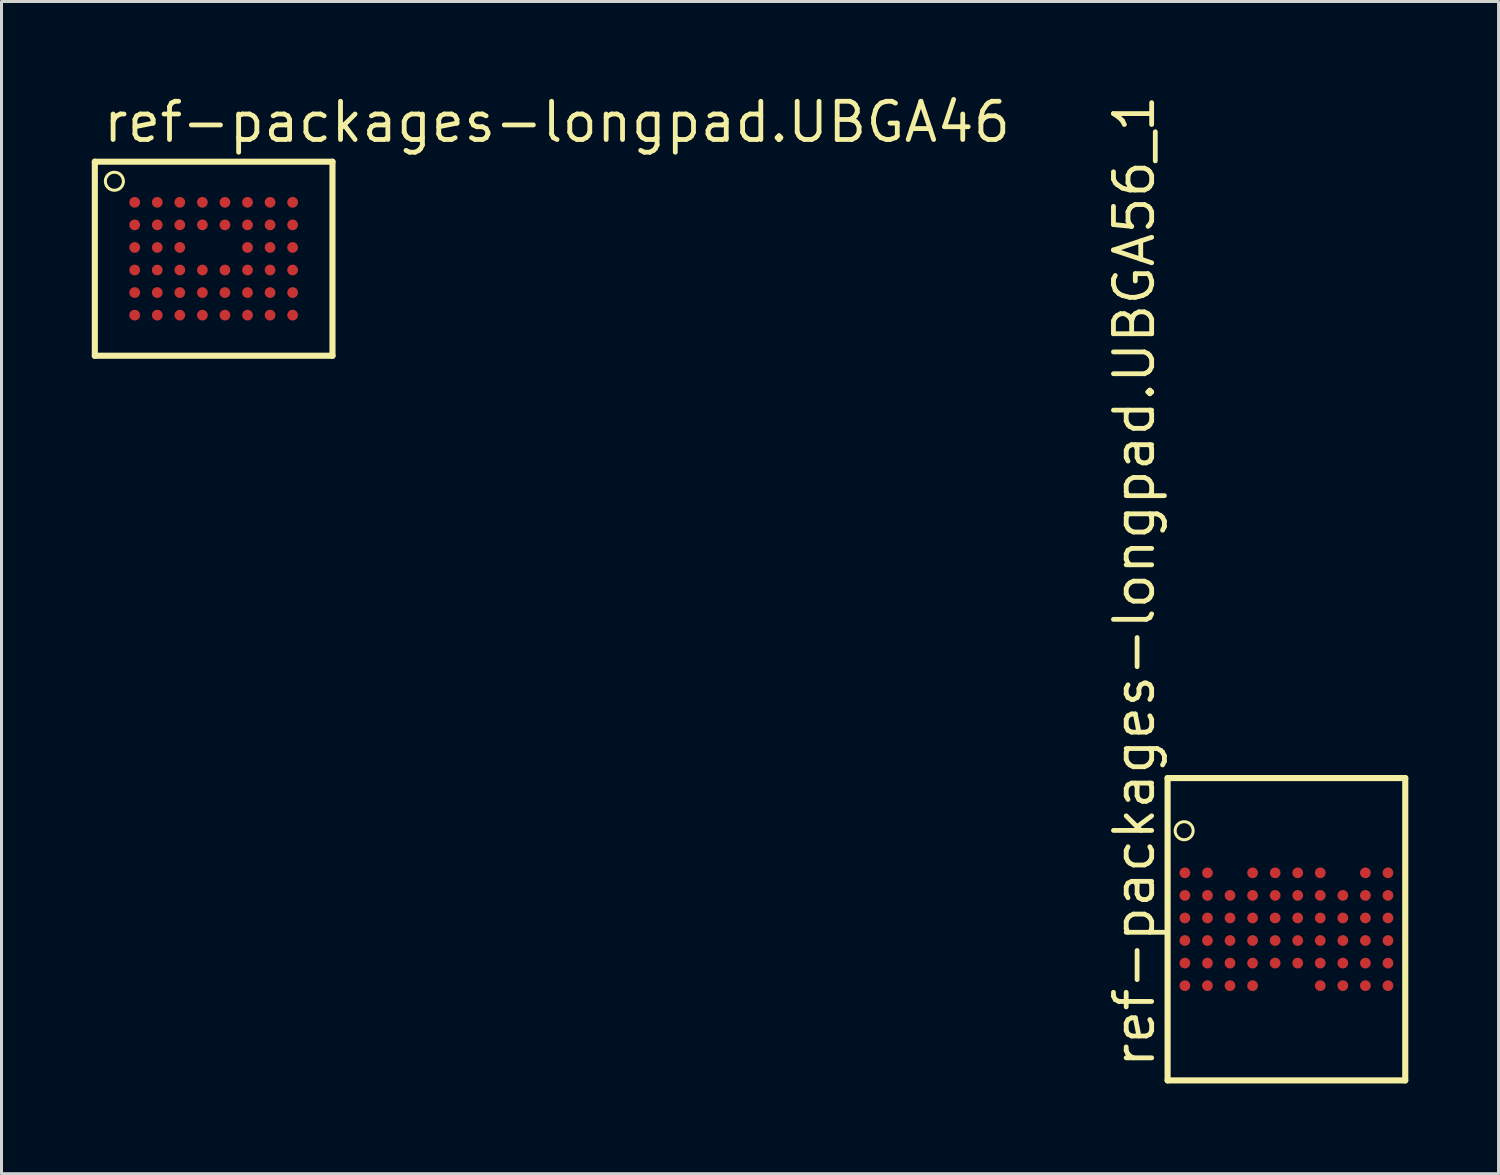
<source format=kicad_pcb>
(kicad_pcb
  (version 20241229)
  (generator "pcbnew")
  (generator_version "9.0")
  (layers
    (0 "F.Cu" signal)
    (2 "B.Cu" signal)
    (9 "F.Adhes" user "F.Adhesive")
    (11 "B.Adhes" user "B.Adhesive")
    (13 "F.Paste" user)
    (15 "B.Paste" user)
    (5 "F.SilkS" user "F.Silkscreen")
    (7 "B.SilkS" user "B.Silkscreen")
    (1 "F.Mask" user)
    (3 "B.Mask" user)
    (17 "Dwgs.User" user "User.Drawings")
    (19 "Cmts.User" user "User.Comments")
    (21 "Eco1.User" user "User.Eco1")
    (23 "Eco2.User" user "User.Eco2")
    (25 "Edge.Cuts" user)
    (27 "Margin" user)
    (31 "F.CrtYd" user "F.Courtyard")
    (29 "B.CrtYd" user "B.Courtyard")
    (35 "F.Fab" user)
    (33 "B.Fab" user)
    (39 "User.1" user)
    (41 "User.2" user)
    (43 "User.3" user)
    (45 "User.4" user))
  (footprint "ref-packages-longpad.UBGA46"
    (layer "F.Cu")
    (at 4.052 5.55)
    (property "Reference" "ref-packages-longpad.UBGA46" (at -3.75 -3.8 0) (layer "F.SilkS") (effects (font (size 1.27 1.27) (thickness 0.16)) (justify left bottom)))
    (attr smd)
    (fp_line (start -3.95 -3.225) (end -3.95 3.225) (stroke (width 0.203) (type default)) (layer "F.SilkS"))
    (fp_line (start -3.95 3.225) (end 3.95 3.225) (stroke (width 0.203) (type default)) (layer "F.SilkS"))
    (fp_line (start 3.95 -3.225) (end -3.95 -3.225) (stroke (width 0.203) (type default)) (layer "F.SilkS"))
    (fp_line (start 3.95 3.225) (end 3.95 -3.225) (stroke (width 0.203) (type default)) (layer "F.SilkS"))
    (fp_circle (center -3.3 -2.575) (end -3 -2.575) (stroke (width 0.1) (type default)) (fill no) (layer "F.SilkS"))
    (pad "A1" smd roundrect (at -2.625 -1.875) (size 0.36 0.36) (layers "F.Cu" "F.Mask" "F.Paste") (roundrect_rratio 0.5))
    (pad "A2" smd roundrect (at -1.875 -1.875) (size 0.36 0.36) (layers "F.Cu" "F.Mask" "F.Paste") (roundrect_rratio 0.5))
    (pad "A3" smd roundrect (at -1.125 -1.875) (size 0.36 0.36) (layers "F.Cu" "F.Mask" "F.Paste") (roundrect_rratio 0.5))
    (pad "A4" smd roundrect (at -0.375 -1.875) (size 0.36 0.36) (layers "F.Cu" "F.Mask" "F.Paste") (roundrect_rratio 0.5))
    (pad "A5" smd roundrect (at 0.375 -1.875) (size 0.36 0.36) (layers "F.Cu" "F.Mask" "F.Paste") (roundrect_rratio 0.5))
    (pad "A6" smd roundrect (at 1.125 -1.875) (size 0.36 0.36) (layers "F.Cu" "F.Mask" "F.Paste") (roundrect_rratio 0.5))
    (pad "A7" smd roundrect (at 1.875 -1.875) (size 0.36 0.36) (layers "F.Cu" "F.Mask" "F.Paste") (roundrect_rratio 0.5))
    (pad "A8" smd roundrect (at 2.625 -1.875) (size 0.36 0.36) (layers "F.Cu" "F.Mask" "F.Paste") (roundrect_rratio 0.5))
    (pad "B1" smd roundrect (at -2.625 -1.125) (size 0.36 0.36) (layers "F.Cu" "F.Mask" "F.Paste") (roundrect_rratio 0.5))
    (pad "B2" smd roundrect (at -1.875 -1.125) (size 0.36 0.36) (layers "F.Cu" "F.Mask" "F.Paste") (roundrect_rratio 0.5))
    (pad "B3" smd roundrect (at -1.125 -1.125) (size 0.36 0.36) (layers "F.Cu" "F.Mask" "F.Paste") (roundrect_rratio 0.5))
    (pad "B4" smd roundrect (at -0.375 -1.125) (size 0.36 0.36) (layers "F.Cu" "F.Mask" "F.Paste") (roundrect_rratio 0.5))
    (pad "B5" smd roundrect (at 0.375 -1.125) (size 0.36 0.36) (layers "F.Cu" "F.Mask" "F.Paste") (roundrect_rratio 0.5))
    (pad "B6" smd roundrect (at 1.125 -1.125) (size 0.36 0.36) (layers "F.Cu" "F.Mask" "F.Paste") (roundrect_rratio 0.5))
    (pad "B7" smd roundrect (at 1.875 -1.125) (size 0.36 0.36) (layers "F.Cu" "F.Mask" "F.Paste") (roundrect_rratio 0.5))
    (pad "B8" smd roundrect (at 2.625 -1.125) (size 0.36 0.36) (layers "F.Cu" "F.Mask" "F.Paste") (roundrect_rratio 0.5))
    (pad "C1" smd roundrect (at -2.625 -0.375) (size 0.36 0.36) (layers "F.Cu" "F.Mask" "F.Paste") (roundrect_rratio 0.5))
    (pad "C2" smd roundrect (at -1.875 -0.375) (size 0.36 0.36) (layers "F.Cu" "F.Mask" "F.Paste") (roundrect_rratio 0.5))
    (pad "C3" smd roundrect (at -1.125 -0.375) (size 0.36 0.36) (layers "F.Cu" "F.Mask" "F.Paste") (roundrect_rratio 0.5))
    (pad "C6" smd roundrect (at 1.125 -0.375) (size 0.36 0.36) (layers "F.Cu" "F.Mask" "F.Paste") (roundrect_rratio 0.5))
    (pad "C7" smd roundrect (at 1.875 -0.375) (size 0.36 0.36) (layers "F.Cu" "F.Mask" "F.Paste") (roundrect_rratio 0.5))
    (pad "C8" smd roundrect (at 2.625 -0.375) (size 0.36 0.36) (layers "F.Cu" "F.Mask" "F.Paste") (roundrect_rratio 0.5))
    (pad "D1" smd roundrect (at -2.625 0.375) (size 0.36 0.36) (layers "F.Cu" "F.Mask" "F.Paste") (roundrect_rratio 0.5))
    (pad "D2" smd roundrect (at -1.875 0.375) (size 0.36 0.36) (layers "F.Cu" "F.Mask" "F.Paste") (roundrect_rratio 0.5))
    (pad "D3" smd roundrect (at -1.125 0.375) (size 0.36 0.36) (layers "F.Cu" "F.Mask" "F.Paste") (roundrect_rratio 0.5))
    (pad "D4" smd roundrect (at -0.375 0.375) (size 0.36 0.36) (layers "F.Cu" "F.Mask" "F.Paste") (roundrect_rratio 0.5))
    (pad "D5" smd roundrect (at 0.375 0.375) (size 0.36 0.36) (layers "F.Cu" "F.Mask" "F.Paste") (roundrect_rratio 0.5))
    (pad "D6" smd roundrect (at 1.125 0.375) (size 0.36 0.36) (layers "F.Cu" "F.Mask" "F.Paste") (roundrect_rratio 0.5))
    (pad "D7" smd roundrect (at 1.875 0.375) (size 0.36 0.36) (layers "F.Cu" "F.Mask" "F.Paste") (roundrect_rratio 0.5))
    (pad "D8" smd roundrect (at 2.625 0.375) (size 0.36 0.36) (layers "F.Cu" "F.Mask" "F.Paste") (roundrect_rratio 0.5))
    (pad "E1" smd roundrect (at -2.625 1.125) (size 0.36 0.36) (layers "F.Cu" "F.Mask" "F.Paste") (roundrect_rratio 0.5))
    (pad "E2" smd roundrect (at -1.875 1.125) (size 0.36 0.36) (layers "F.Cu" "F.Mask" "F.Paste") (roundrect_rratio 0.5))
    (pad "E3" smd roundrect (at -1.125 1.125) (size 0.36 0.36) (layers "F.Cu" "F.Mask" "F.Paste") (roundrect_rratio 0.5))
    (pad "E4" smd roundrect (at -0.375 1.125) (size 0.36 0.36) (layers "F.Cu" "F.Mask" "F.Paste") (roundrect_rratio 0.5))
    (pad "E5" smd roundrect (at 0.375 1.125) (size 0.36 0.36) (layers "F.Cu" "F.Mask" "F.Paste") (roundrect_rratio 0.5))
    (pad "E6" smd roundrect (at 1.125 1.125) (size 0.36 0.36) (layers "F.Cu" "F.Mask" "F.Paste") (roundrect_rratio 0.5))
    (pad "E7" smd roundrect (at 1.875 1.125) (size 0.36 0.36) (layers "F.Cu" "F.Mask" "F.Paste") (roundrect_rratio 0.5))
    (pad "E8" smd roundrect (at 2.625 1.125) (size 0.36 0.36) (layers "F.Cu" "F.Mask" "F.Paste") (roundrect_rratio 0.5))
    (pad "F1" smd roundrect (at -2.625 1.875) (size 0.36 0.36) (layers "F.Cu" "F.Mask" "F.Paste") (roundrect_rratio 0.5))
    (pad "F2" smd roundrect (at -1.875 1.875) (size 0.36 0.36) (layers "F.Cu" "F.Mask" "F.Paste") (roundrect_rratio 0.5))
    (pad "F3" smd roundrect (at -1.125 1.875) (size 0.36 0.36) (layers "F.Cu" "F.Mask" "F.Paste") (roundrect_rratio 0.5))
    (pad "F4" smd roundrect (at -0.375 1.875) (size 0.36 0.36) (layers "F.Cu" "F.Mask" "F.Paste") (roundrect_rratio 0.5))
    (pad "F5" smd roundrect (at 0.375 1.875) (size 0.36 0.36) (layers "F.Cu" "F.Mask" "F.Paste") (roundrect_rratio 0.5))
    (pad "F6" smd roundrect (at 1.125 1.875) (size 0.36 0.36) (layers "F.Cu" "F.Mask" "F.Paste") (roundrect_rratio 0.5))
    (pad "F7" smd roundrect (at 1.875 1.875) (size 0.36 0.36) (layers "F.Cu" "F.Mask" "F.Paste") (roundrect_rratio 0.5))
    (pad "F8" smd roundrect (at 2.625 1.875) (size 0.36 0.36) (layers "F.Cu" "F.Mask" "F.Paste") (roundrect_rratio 0.5)))
  (footprint "ref-packages-longpad.UBGA56_1"
    (layer "F.Cu")
    (at 39.711 27.838)
    (property "Reference" "ref-packages-longpad.UBGA56_1" (at -4.316 4.682 90) (layer "F.SilkS") (effects (font (size 1.27 1.27) (thickness 0.16)) (justify left bottom)))
    (attr smd)
    (fp_line (start -3.95 -5.025) (end -3.95 5.025) (stroke (width 0.203) (type default)) (layer "F.SilkS"))
    (fp_line (start -3.95 5.025) (end 3.95 5.025) (stroke (width 0.203) (type default)) (layer "F.SilkS"))
    (fp_line (start 3.95 -5.025) (end -3.95 -5.025) (stroke (width 0.203) (type default)) (layer "F.SilkS"))
    (fp_line (start 3.95 5.025) (end 3.95 -5.025) (stroke (width 0.203) (type default)) (layer "F.SilkS"))
    (fp_circle (center -3.4 -3.275) (end -3.1 -3.275) (stroke (width 0.1) (type default)) (fill no) (layer "F.SilkS"))
    (pad "A1" smd roundrect (at -3.375 -1.875) (size 0.36 0.36) (layers "F.Cu" "F.Mask" "F.Paste") (roundrect_rratio 0.5))
    (pad "A2" smd roundrect (at -2.625 -1.875) (size 0.36 0.36) (layers "F.Cu" "F.Mask" "F.Paste") (roundrect_rratio 0.5))
    (pad "A4" smd roundrect (at -1.125 -1.875) (size 0.36 0.36) (layers "F.Cu" "F.Mask" "F.Paste") (roundrect_rratio 0.5))
    (pad "A5" smd roundrect (at -0.375 -1.875) (size 0.36 0.36) (layers "F.Cu" "F.Mask" "F.Paste") (roundrect_rratio 0.5))
    (pad "A6" smd roundrect (at 0.375 -1.875) (size 0.36 0.36) (layers "F.Cu" "F.Mask" "F.Paste") (roundrect_rratio 0.5))
    (pad "A7" smd roundrect (at 1.125 -1.875) (size 0.36 0.36) (layers "F.Cu" "F.Mask" "F.Paste") (roundrect_rratio 0.5))
    (pad "A9" smd roundrect (at 2.625 -1.875) (size 0.36 0.36) (layers "F.Cu" "F.Mask" "F.Paste") (roundrect_rratio 0.5))
    (pad "A10" smd roundrect (at 3.375 -1.875) (size 0.36 0.36) (layers "F.Cu" "F.Mask" "F.Paste") (roundrect_rratio 0.5))
    (pad "B1" smd roundrect (at -3.375 -1.125) (size 0.36 0.36) (layers "F.Cu" "F.Mask" "F.Paste") (roundrect_rratio 0.5))
    (pad "B2" smd roundrect (at -2.625 -1.125) (size 0.36 0.36) (layers "F.Cu" "F.Mask" "F.Paste") (roundrect_rratio 0.5))
    (pad "B3" smd roundrect (at -1.875 -1.125) (size 0.36 0.36) (layers "F.Cu" "F.Mask" "F.Paste") (roundrect_rratio 0.5))
    (pad "B4" smd roundrect (at -1.125 -1.125) (size 0.36 0.36) (layers "F.Cu" "F.Mask" "F.Paste") (roundrect_rratio 0.5))
    (pad "B5" smd roundrect (at -0.375 -1.125) (size 0.36 0.36) (layers "F.Cu" "F.Mask" "F.Paste") (roundrect_rratio 0.5))
    (pad "B6" smd roundrect (at 0.375 -1.125) (size 0.36 0.36) (layers "F.Cu" "F.Mask" "F.Paste") (roundrect_rratio 0.5))
    (pad "B7" smd roundrect (at 1.125 -1.125) (size 0.36 0.36) (layers "F.Cu" "F.Mask" "F.Paste") (roundrect_rratio 0.5))
    (pad "B8" smd roundrect (at 1.875 -1.125) (size 0.36 0.36) (layers "F.Cu" "F.Mask" "F.Paste") (roundrect_rratio 0.5))
    (pad "B9" smd roundrect (at 2.625 -1.125) (size 0.36 0.36) (layers "F.Cu" "F.Mask" "F.Paste") (roundrect_rratio 0.5))
    (pad "B10" smd roundrect (at 3.375 -1.125) (size 0.36 0.36) (layers "F.Cu" "F.Mask" "F.Paste") (roundrect_rratio 0.5))
    (pad "C1" smd roundrect (at -3.375 -0.375) (size 0.36 0.36) (layers "F.Cu" "F.Mask" "F.Paste") (roundrect_rratio 0.5))
    (pad "C2" smd roundrect (at -2.625 -0.375) (size 0.36 0.36) (layers "F.Cu" "F.Mask" "F.Paste") (roundrect_rratio 0.5))
    (pad "C3" smd roundrect (at -1.875 -0.375) (size 0.36 0.36) (layers "F.Cu" "F.Mask" "F.Paste") (roundrect_rratio 0.5))
    (pad "C4" smd roundrect (at -1.125 -0.375) (size 0.36 0.36) (layers "F.Cu" "F.Mask" "F.Paste") (roundrect_rratio 0.5))
    (pad "C5" smd roundrect (at -0.375 -0.375) (size 0.36 0.36) (layers "F.Cu" "F.Mask" "F.Paste") (roundrect_rratio 0.5))
    (pad "C6" smd roundrect (at 0.375 -0.375) (size 0.36 0.36) (layers "F.Cu" "F.Mask" "F.Paste") (roundrect_rratio 0.5))
    (pad "C7" smd roundrect (at 1.125 -0.375) (size 0.36 0.36) (layers "F.Cu" "F.Mask" "F.Paste") (roundrect_rratio 0.5))
    (pad "C8" smd roundrect (at 1.875 -0.375) (size 0.36 0.36) (layers "F.Cu" "F.Mask" "F.Paste") (roundrect_rratio 0.5))
    (pad "C9" smd roundrect (at 2.625 -0.375) (size 0.36 0.36) (layers "F.Cu" "F.Mask" "F.Paste") (roundrect_rratio 0.5))
    (pad "C10" smd roundrect (at 3.375 -0.375) (size 0.36 0.36) (layers "F.Cu" "F.Mask" "F.Paste") (roundrect_rratio 0.5))
    (pad "D1" smd roundrect (at -3.375 0.375) (size 0.36 0.36) (layers "F.Cu" "F.Mask" "F.Paste") (roundrect_rratio 0.5))
    (pad "D2" smd roundrect (at -2.625 0.375) (size 0.36 0.36) (layers "F.Cu" "F.Mask" "F.Paste") (roundrect_rratio 0.5))
    (pad "D3" smd roundrect (at -1.875 0.375) (size 0.36 0.36) (layers "F.Cu" "F.Mask" "F.Paste") (roundrect_rratio 0.5))
    (pad "D4" smd roundrect (at -1.125 0.375) (size 0.36 0.36) (layers "F.Cu" "F.Mask" "F.Paste") (roundrect_rratio 0.5))
    (pad "D5" smd roundrect (at -0.375 0.375) (size 0.36 0.36) (layers "F.Cu" "F.Mask" "F.Paste") (roundrect_rratio 0.5))
    (pad "D6" smd roundrect (at 0.375 0.375) (size 0.36 0.36) (layers "F.Cu" "F.Mask" "F.Paste") (roundrect_rratio 0.5))
    (pad "D7" smd roundrect (at 1.125 0.375) (size 0.36 0.36) (layers "F.Cu" "F.Mask" "F.Paste") (roundrect_rratio 0.5))
    (pad "D8" smd roundrect (at 1.875 0.375) (size 0.36 0.36) (layers "F.Cu" "F.Mask" "F.Paste") (roundrect_rratio 0.5))
    (pad "D9" smd roundrect (at 2.625 0.375) (size 0.36 0.36) (layers "F.Cu" "F.Mask" "F.Paste") (roundrect_rratio 0.5))
    (pad "D10" smd roundrect (at 3.375 0.375) (size 0.36 0.36) (layers "F.Cu" "F.Mask" "F.Paste") (roundrect_rratio 0.5))
    (pad "E1" smd roundrect (at -3.375 1.125) (size 0.36 0.36) (layers "F.Cu" "F.Mask" "F.Paste") (roundrect_rratio 0.5))
    (pad "E2" smd roundrect (at -2.625 1.125) (size 0.36 0.36) (layers "F.Cu" "F.Mask" "F.Paste") (roundrect_rratio 0.5))
    (pad "E3" smd roundrect (at -1.875 1.125) (size 0.36 0.36) (layers "F.Cu" "F.Mask" "F.Paste") (roundrect_rratio 0.5))
    (pad "E4" smd roundrect (at -1.125 1.125) (size 0.36 0.36) (layers "F.Cu" "F.Mask" "F.Paste") (roundrect_rratio 0.5))
    (pad "E5" smd roundrect (at -0.375 1.125) (size 0.36 0.36) (layers "F.Cu" "F.Mask" "F.Paste") (roundrect_rratio 0.5))
    (pad "E6" smd roundrect (at 0.375 1.125) (size 0.36 0.36) (layers "F.Cu" "F.Mask" "F.Paste") (roundrect_rratio 0.5))
    (pad "E7" smd roundrect (at 1.125 1.125) (size 0.36 0.36) (layers "F.Cu" "F.Mask" "F.Paste") (roundrect_rratio 0.5))
    (pad "E8" smd roundrect (at 1.875 1.125) (size 0.36 0.36) (layers "F.Cu" "F.Mask" "F.Paste") (roundrect_rratio 0.5))
    (pad "E9" smd roundrect (at 2.625 1.125) (size 0.36 0.36) (layers "F.Cu" "F.Mask" "F.Paste") (roundrect_rratio 0.5))
    (pad "E10" smd roundrect (at 3.375 1.125) (size 0.36 0.36) (layers "F.Cu" "F.Mask" "F.Paste") (roundrect_rratio 0.5))
    (pad "F1" smd roundrect (at -3.375 1.875) (size 0.36 0.36) (layers "F.Cu" "F.Mask" "F.Paste") (roundrect_rratio 0.5))
    (pad "F2" smd roundrect (at -2.625 1.875) (size 0.36 0.36) (layers "F.Cu" "F.Mask" "F.Paste") (roundrect_rratio 0.5))
    (pad "F3" smd roundrect (at -1.875 1.875) (size 0.36 0.36) (layers "F.Cu" "F.Mask" "F.Paste") (roundrect_rratio 0.5))
    (pad "F4" smd roundrect (at -1.125 1.875) (size 0.36 0.36) (layers "F.Cu" "F.Mask" "F.Paste") (roundrect_rratio 0.5))
    (pad "F7" smd roundrect (at 1.125 1.875) (size 0.36 0.36) (layers "F.Cu" "F.Mask" "F.Paste") (roundrect_rratio 0.5))
    (pad "F8" smd roundrect (at 1.875 1.875) (size 0.36 0.36) (layers "F.Cu" "F.Mask" "F.Paste") (roundrect_rratio 0.5))
    (pad "F9" smd roundrect (at 2.625 1.875) (size 0.36 0.36) (layers "F.Cu" "F.Mask" "F.Paste") (roundrect_rratio 0.5))
    (pad "F10" smd roundrect (at 3.375 1.875) (size 0.36 0.36) (layers "F.Cu" "F.Mask" "F.Paste") (roundrect_rratio 0.5)))
  (gr_rect
    (start -3 -3)
    (end 46.762 35.965)
    (stroke (width 0.1) (type default))
    (fill no)
    (layer "Edge.Cuts")))
</source>
